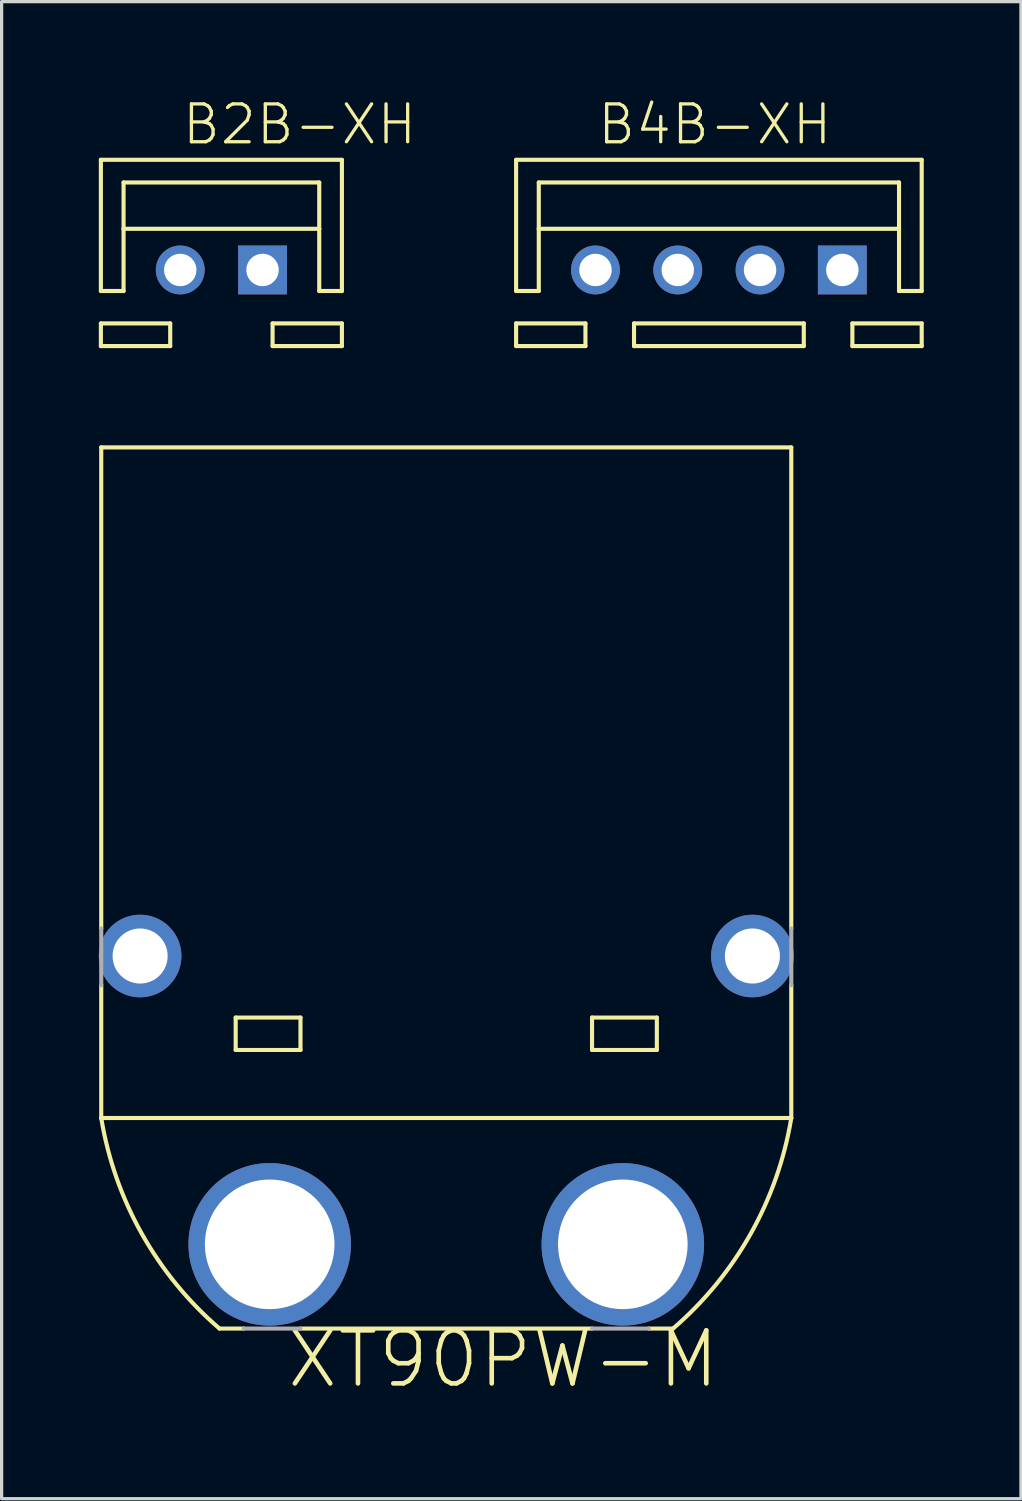
<source format=kicad_pcb>
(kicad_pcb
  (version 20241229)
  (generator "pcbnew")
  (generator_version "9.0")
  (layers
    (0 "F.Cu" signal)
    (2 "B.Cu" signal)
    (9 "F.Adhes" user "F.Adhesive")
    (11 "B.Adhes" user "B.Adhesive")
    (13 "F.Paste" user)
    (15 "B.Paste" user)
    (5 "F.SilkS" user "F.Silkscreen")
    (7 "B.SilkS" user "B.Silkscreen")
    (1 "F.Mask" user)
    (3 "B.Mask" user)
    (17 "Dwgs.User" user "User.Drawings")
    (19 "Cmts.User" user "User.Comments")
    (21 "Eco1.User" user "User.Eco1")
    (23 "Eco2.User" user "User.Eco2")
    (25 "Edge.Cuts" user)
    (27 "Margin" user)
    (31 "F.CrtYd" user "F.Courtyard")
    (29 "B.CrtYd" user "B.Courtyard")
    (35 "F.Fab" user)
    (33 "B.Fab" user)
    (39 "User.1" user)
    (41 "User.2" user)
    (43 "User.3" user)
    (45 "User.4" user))
  (footprint "XT90PW-M"
    (layer "F.Cu")
    (at 10.725 35.36)
    (property "Reference" "XT90PW-M" (at -5 4.5 0) (layer "F.SilkS") (effects (font (size 1.636 1.636) (thickness 0.142)) (justify left bottom)))
    (fp_line (start -10.65 -24.6) (end -10.65 -9.75) (stroke (width 0.127) (type solid)) (layer "F.SilkS"))
    (fp_line (start -10.65 -24.6) (end 10.65 -24.6) (stroke (width 0.127) (type solid)) (layer "F.SilkS"))
    (fp_line (start -10.65 -8) (end -10.65 -3.9) (stroke (width 0.127) (type solid)) (layer "F.SilkS"))
    (fp_line (start -10.65 -3.9) (end 10.65 -3.9) (stroke (width 0.127) (type solid)) (layer "F.SilkS"))
    (fp_line (start -7 2.6) (end -6.25 2.6) (stroke (width 0.127) (type solid)) (layer "F.SilkS"))
    (fp_line (start -6.5 -7) (end -4.5 -7) (stroke (width 0.127) (type solid)) (layer "F.SilkS"))
    (fp_line (start -6.5 -6) (end -6.5 -7) (stroke (width 0.127) (type solid)) (layer "F.SilkS"))
    (fp_line (start -4.5 -7) (end -4.5 -6) (stroke (width 0.127) (type solid)) (layer "F.SilkS"))
    (fp_line (start -4.5 -6) (end -6.5 -6) (stroke (width 0.127) (type solid)) (layer "F.SilkS"))
    (fp_line (start -4.5 2.6) (end 4.5 2.6) (stroke (width 0.127) (type solid)) (layer "F.SilkS"))
    (fp_line (start 4.5 -7) (end 6.5 -7) (stroke (width 0.127) (type solid)) (layer "F.SilkS"))
    (fp_line (start 4.5 -6) (end 4.5 -7) (stroke (width 0.127) (type solid)) (layer "F.SilkS"))
    (fp_line (start 6.25 2.6) (end 7 2.6) (stroke (width 0.127) (type solid)) (layer "F.SilkS"))
    (fp_line (start 6.5 -7) (end 6.5 -6) (stroke (width 0.127) (type solid)) (layer "F.SilkS"))
    (fp_line (start 6.5 -6) (end 4.5 -6) (stroke (width 0.127) (type solid)) (layer "F.SilkS"))
    (fp_line (start 10.65 -24.6) (end 10.65 -9.75) (stroke (width 0.127) (type solid)) (layer "F.SilkS"))
    (fp_line (start 10.65 -8) (end 10.65 -3.9) (stroke (width 0.127) (type solid)) (layer "F.SilkS"))
    (fp_arc (start -7 2.6) (mid -9.398063 -0.328203) (end -10.65 -3.9) (stroke (width 0.127) (type solid)) (layer "F.SilkS"))
    (fp_arc (start 10.65 -3.9) (mid 9.398063 -0.328203) (end 7 2.6) (stroke (width 0.127) (type solid)) (layer "F.SilkS"))
    (fp_line (start -10.65 -9.75) (end -10.65 -8) (stroke (width 0.127) (type solid)) (layer "F.Fab"))
    (fp_line (start -6.25 2.6) (end -4.5 2.6) (stroke (width 0.127) (type solid)) (layer "F.Fab"))
    (fp_line (start 4.5 2.6) (end 6.25 2.6) (stroke (width 0.127) (type solid)) (layer "F.Fab"))
    (fp_line (start 10.65 -9.75) (end 10.65 -8) (stroke (width 0.127) (type solid)) (layer "F.Fab"))
    (pad "+" thru_hole circle (at -5.45 0) (size 5.016 5.016) (drill 4) (layers "*.Cu" "*.Mask"))
    (pad "-" thru_hole circle (at 5.45 0) (size 5.016 5.016) (drill 4) (layers "*.Cu" "*.Mask"))
    (pad "P$3" thru_hole circle (at -9.45 -8.9) (size 2.55 2.55) (drill 1.7) (layers "*.Cu" "*.Mask"))
    (pad "P$4" thru_hole circle (at 9.45 -8.9) (size 2.55 2.55) (drill 1.7) (layers "*.Cu" "*.Mask")))
  (footprint "B4B-XH"
    (layer "F.Cu")
    (at 19.141 5.283)
    (property "Reference" "B4B-XH" (at -3.81 -3.81 0) (layer "F.SilkS") (effects (font (size 1.168 1.168) (thickness 0.102)) (justify left bottom)))
    (fp_line (start -6.26 -3.4) (end 6.26 -3.4) (stroke (width 0.127) (type solid)) (layer "F.SilkS"))
    (fp_line (start -6.26 0.65) (end -6.26 -3.4) (stroke (width 0.127) (type solid)) (layer "F.SilkS"))
    (fp_line (start -6.26 0.65) (end -5.56 0.65) (stroke (width 0.127) (type solid)) (layer "F.SilkS"))
    (fp_line (start -6.26 2.35) (end -6.26 1.65) (stroke (width 0.127) (type solid)) (layer "F.SilkS"))
    (fp_line (start -5.56 -2.7) (end 5.56 -2.7) (stroke (width 0.127) (type solid)) (layer "F.SilkS"))
    (fp_line (start -5.56 -1.27) (end -5.56 -2.7) (stroke (width 0.127) (type solid)) (layer "F.SilkS"))
    (fp_line (start -5.56 -1.27) (end 5.56 -1.27) (stroke (width 0.127) (type solid)) (layer "F.SilkS"))
    (fp_line (start -5.56 0.65) (end -5.56 -1.27) (stroke (width 0.127) (type solid)) (layer "F.SilkS"))
    (fp_line (start -4.12 1.65) (end -6.26 1.65) (stroke (width 0.127) (type solid)) (layer "F.SilkS"))
    (fp_line (start -4.12 1.65) (end -4.12 2.35) (stroke (width 0.127) (type solid)) (layer "F.SilkS"))
    (fp_line (start -4.12 2.35) (end -6.26 2.35) (stroke (width 0.127) (type solid)) (layer "F.SilkS"))
    (fp_line (start -2.62 1.65) (end -2.62 2.35) (stroke (width 0.127) (type solid)) (layer "F.SilkS"))
    (fp_line (start 2.62 1.65) (end -2.62 1.65) (stroke (width 0.127) (type solid)) (layer "F.SilkS"))
    (fp_line (start 2.62 1.65) (end 2.62 2.35) (stroke (width 0.127) (type solid)) (layer "F.SilkS"))
    (fp_line (start 2.62 2.35) (end -2.62 2.35) (stroke (width 0.127) (type solid)) (layer "F.SilkS"))
    (fp_line (start 4.12 1.65) (end 4.12 2.35) (stroke (width 0.127) (type solid)) (layer "F.SilkS"))
    (fp_line (start 4.12 1.65) (end 6.26 1.65) (stroke (width 0.127) (type solid)) (layer "F.SilkS"))
    (fp_line (start 4.12 2.35) (end 6.26 2.35) (stroke (width 0.127) (type solid)) (layer "F.SilkS"))
    (fp_line (start 5.56 -2.7) (end 5.56 -1.27) (stroke (width 0.127) (type solid)) (layer "F.SilkS"))
    (fp_line (start 5.56 -1.27) (end 5.56 0.65) (stroke (width 0.127) (type solid)) (layer "F.SilkS"))
    (fp_line (start 5.56 0.65) (end 6.26 0.65) (stroke (width 0.127) (type solid)) (layer "F.SilkS"))
    (fp_line (start 6.26 -3.4) (end 6.26 0.65) (stroke (width 0.127) (type solid)) (layer "F.SilkS"))
    (fp_line (start 6.26 2.35) (end 6.26 1.65) (stroke (width 0.127) (type solid)) (layer "F.SilkS"))
    (pad "1" thru_hole rect (at 3.81 0) (size 1.508 1.508) (drill 1) (layers "*.Cu" "*.Mask"))
    (pad "2" thru_hole circle (at 1.27 0) (size 1.508 1.508) (drill 1) (layers "*.Cu" "*.Mask"))
    (pad "3" thru_hole circle (at -1.27 0) (size 1.508 1.508) (drill 1) (layers "*.Cu" "*.Mask"))
    (pad "4" thru_hole circle (at -3.81 0) (size 1.508 1.508) (drill 1) (layers "*.Cu" "*.Mask")))
  (footprint "B2B-XH"
    (layer "F.Cu")
    (at 3.784 5.283)
    (property "Reference" "B2B-XH" (at -1.27 -3.81 0) (layer "F.SilkS") (effects (font (size 1.168 1.168) (thickness 0.102)) (justify left bottom)))
    (fp_line (start -3.72 -3.4) (end 3.72 -3.4) (stroke (width 0.127) (type solid)) (layer "F.SilkS"))
    (fp_line (start -3.72 0.65) (end -3.72 -3.4) (stroke (width 0.127) (type solid)) (layer "F.SilkS"))
    (fp_line (start -3.72 0.65) (end -3.02 0.65) (stroke (width 0.127) (type solid)) (layer "F.SilkS"))
    (fp_line (start -3.72 2.35) (end -3.72 1.65) (stroke (width 0.127) (type solid)) (layer "F.SilkS"))
    (fp_line (start -3.02 -2.7) (end 3.02 -2.7) (stroke (width 0.127) (type solid)) (layer "F.SilkS"))
    (fp_line (start -3.02 -1.27) (end -3.02 -2.7) (stroke (width 0.127) (type solid)) (layer "F.SilkS"))
    (fp_line (start -3.02 -1.27) (end 3.02 -1.27) (stroke (width 0.127) (type solid)) (layer "F.SilkS"))
    (fp_line (start -3.02 0.65) (end -3.02 -1.27) (stroke (width 0.127) (type solid)) (layer "F.SilkS"))
    (fp_line (start -1.58 1.65) (end -3.72 1.65) (stroke (width 0.127) (type solid)) (layer "F.SilkS"))
    (fp_line (start -1.58 1.65) (end -1.58 2.35) (stroke (width 0.127) (type solid)) (layer "F.SilkS"))
    (fp_line (start -1.58 2.35) (end -3.72 2.35) (stroke (width 0.127) (type solid)) (layer "F.SilkS"))
    (fp_line (start 1.58 1.65) (end 1.58 2.35) (stroke (width 0.127) (type solid)) (layer "F.SilkS"))
    (fp_line (start 1.58 1.65) (end 3.72 1.65) (stroke (width 0.127) (type solid)) (layer "F.SilkS"))
    (fp_line (start 1.58 2.35) (end 3.72 2.35) (stroke (width 0.127) (type solid)) (layer "F.SilkS"))
    (fp_line (start 3.02 -2.7) (end 3.02 -1.27) (stroke (width 0.127) (type solid)) (layer "F.SilkS"))
    (fp_line (start 3.02 -1.27) (end 3.02 0.65) (stroke (width 0.127) (type solid)) (layer "F.SilkS"))
    (fp_line (start 3.02 0.65) (end 3.72 0.65) (stroke (width 0.127) (type solid)) (layer "F.SilkS"))
    (fp_line (start 3.72 -3.4) (end 3.72 0.65) (stroke (width 0.127) (type solid)) (layer "F.SilkS"))
    (fp_line (start 3.72 2.35) (end 3.72 1.65) (stroke (width 0.127) (type solid)) (layer "F.SilkS"))
    (pad "1" thru_hole rect (at 1.27 0) (size 1.508 1.508) (drill 1) (layers "*.Cu" "*.Mask"))
    (pad "2" thru_hole circle (at -1.27 0) (size 1.508 1.508) (drill 1) (layers "*.Cu" "*.Mask")))
  (gr_rect
    (start -3 -3)
    (end 28.465 43.211)
    (stroke (width 0.1) (type default))
    (fill no)
    (layer "Edge.Cuts")))
</source>
